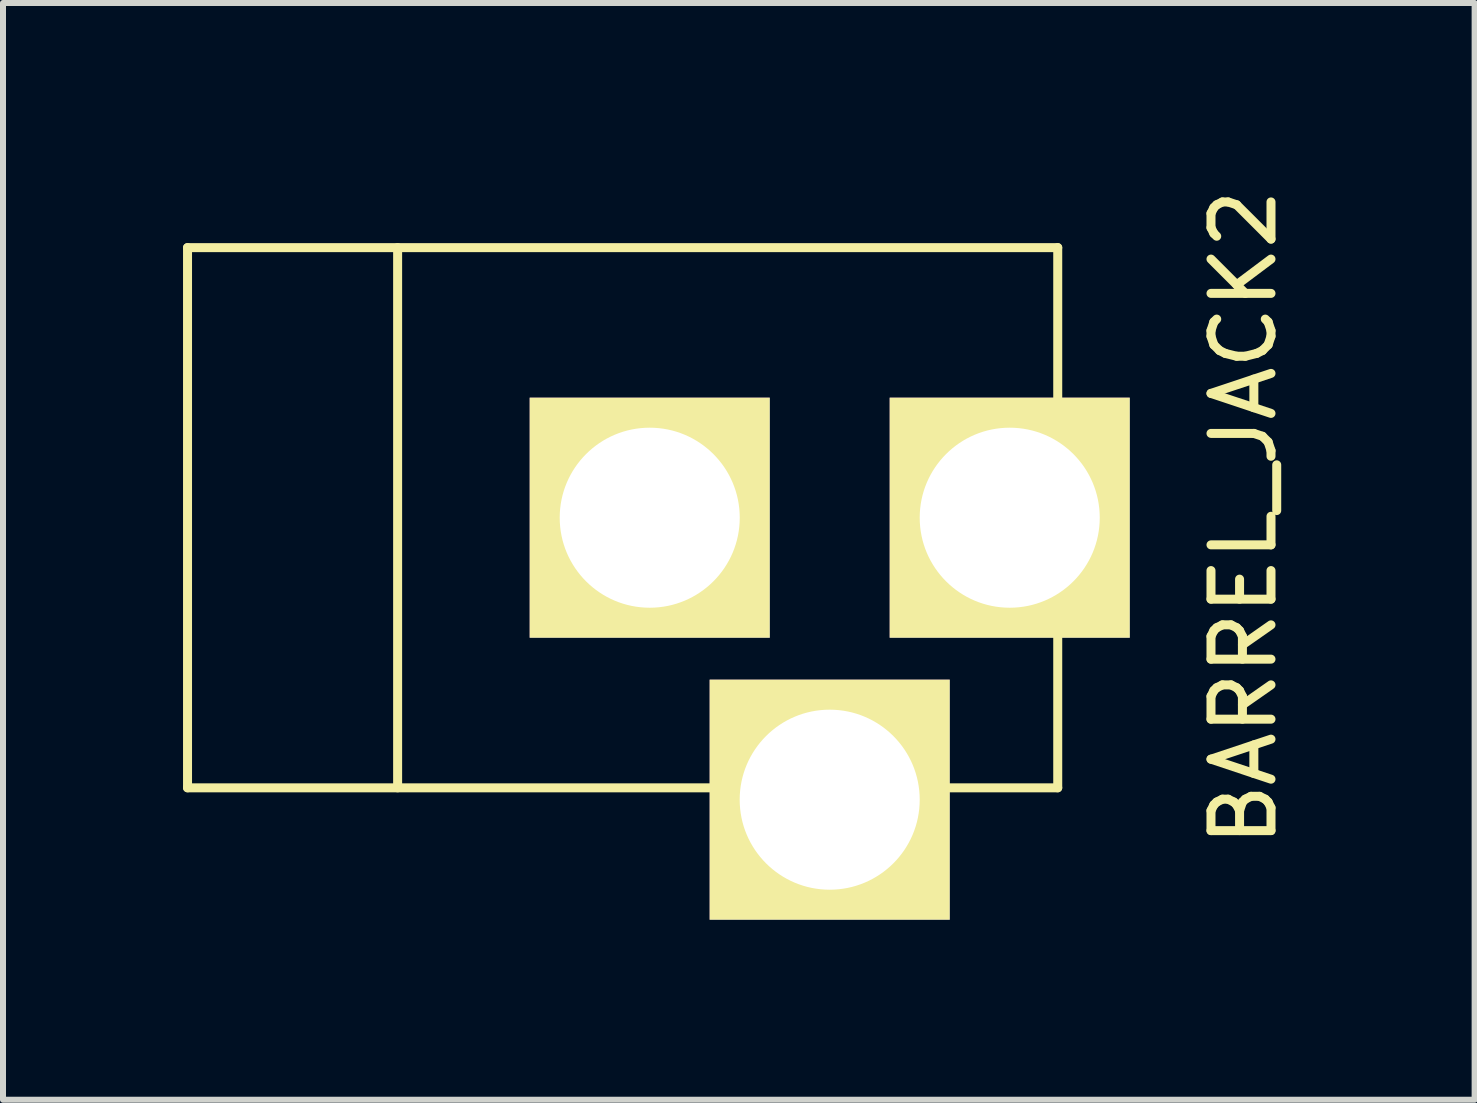
<source format=kicad_pcb>
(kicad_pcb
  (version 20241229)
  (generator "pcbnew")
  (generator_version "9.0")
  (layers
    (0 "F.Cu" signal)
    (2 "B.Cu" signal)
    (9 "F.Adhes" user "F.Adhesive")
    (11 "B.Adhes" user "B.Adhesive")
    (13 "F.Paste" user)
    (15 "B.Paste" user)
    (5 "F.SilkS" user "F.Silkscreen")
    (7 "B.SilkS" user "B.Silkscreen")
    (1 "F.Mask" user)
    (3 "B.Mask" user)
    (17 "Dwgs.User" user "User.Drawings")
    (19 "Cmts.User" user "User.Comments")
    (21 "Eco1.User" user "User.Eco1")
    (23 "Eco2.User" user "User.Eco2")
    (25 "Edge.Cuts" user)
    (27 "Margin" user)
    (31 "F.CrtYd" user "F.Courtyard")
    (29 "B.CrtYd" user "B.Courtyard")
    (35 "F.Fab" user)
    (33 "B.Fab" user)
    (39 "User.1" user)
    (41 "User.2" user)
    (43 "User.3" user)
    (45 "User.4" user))
  (footprint "BARREL_JACK2"
    (layer "F.Cu")
    (at 7.576 5.577)
    (property "Reference" "BARREL_JACK2" (at 10.099 0 90) (layer "F.SilkS") (effects (font (size 1 1) (thickness 0.15))))
    (attr through_hole)
    (fp_line (start -7.501 -4.501) (end -7.501 4.501) (stroke (width 0.15) (type solid)) (layer "F.SilkS"))
    (fp_line (start -7.501 4.501) (end 7 4.501) (stroke (width 0.15) (type solid)) (layer "F.SilkS"))
    (fp_line (start -4 -4.501) (end -4 4.501) (stroke (width 0.15) (type solid)) (layer "F.SilkS"))
    (fp_line (start 7 -4.501) (end -7.501 -4.501) (stroke (width 0.15) (type solid)) (layer "F.SilkS"))
    (fp_line (start 7 4.501) (end 7 -4.501) (stroke (width 0.15) (type solid)) (layer "F.SilkS"))
    (pad "1" thru_hole rect (at 6.2 0) (size 4 4) (drill 3) (layers "*.Cu" "*.Mask" "F.SilkS"))
    (pad "2" thru_hole rect (at 0.201 0) (size 4 4) (drill 3) (layers "*.Cu" "*.Mask" "F.SilkS"))
    (pad "3" thru_hole rect (at 3.2 4.699) (size 4 4) (drill 3) (layers "*.Cu" "*.Mask" "F.SilkS")))
  (gr_rect
    (start -3 -3)
    (end 21.523 15.276)
    (stroke (width 0.1) (type default))
    (fill no)
    (layer "Edge.Cuts")))
</source>
